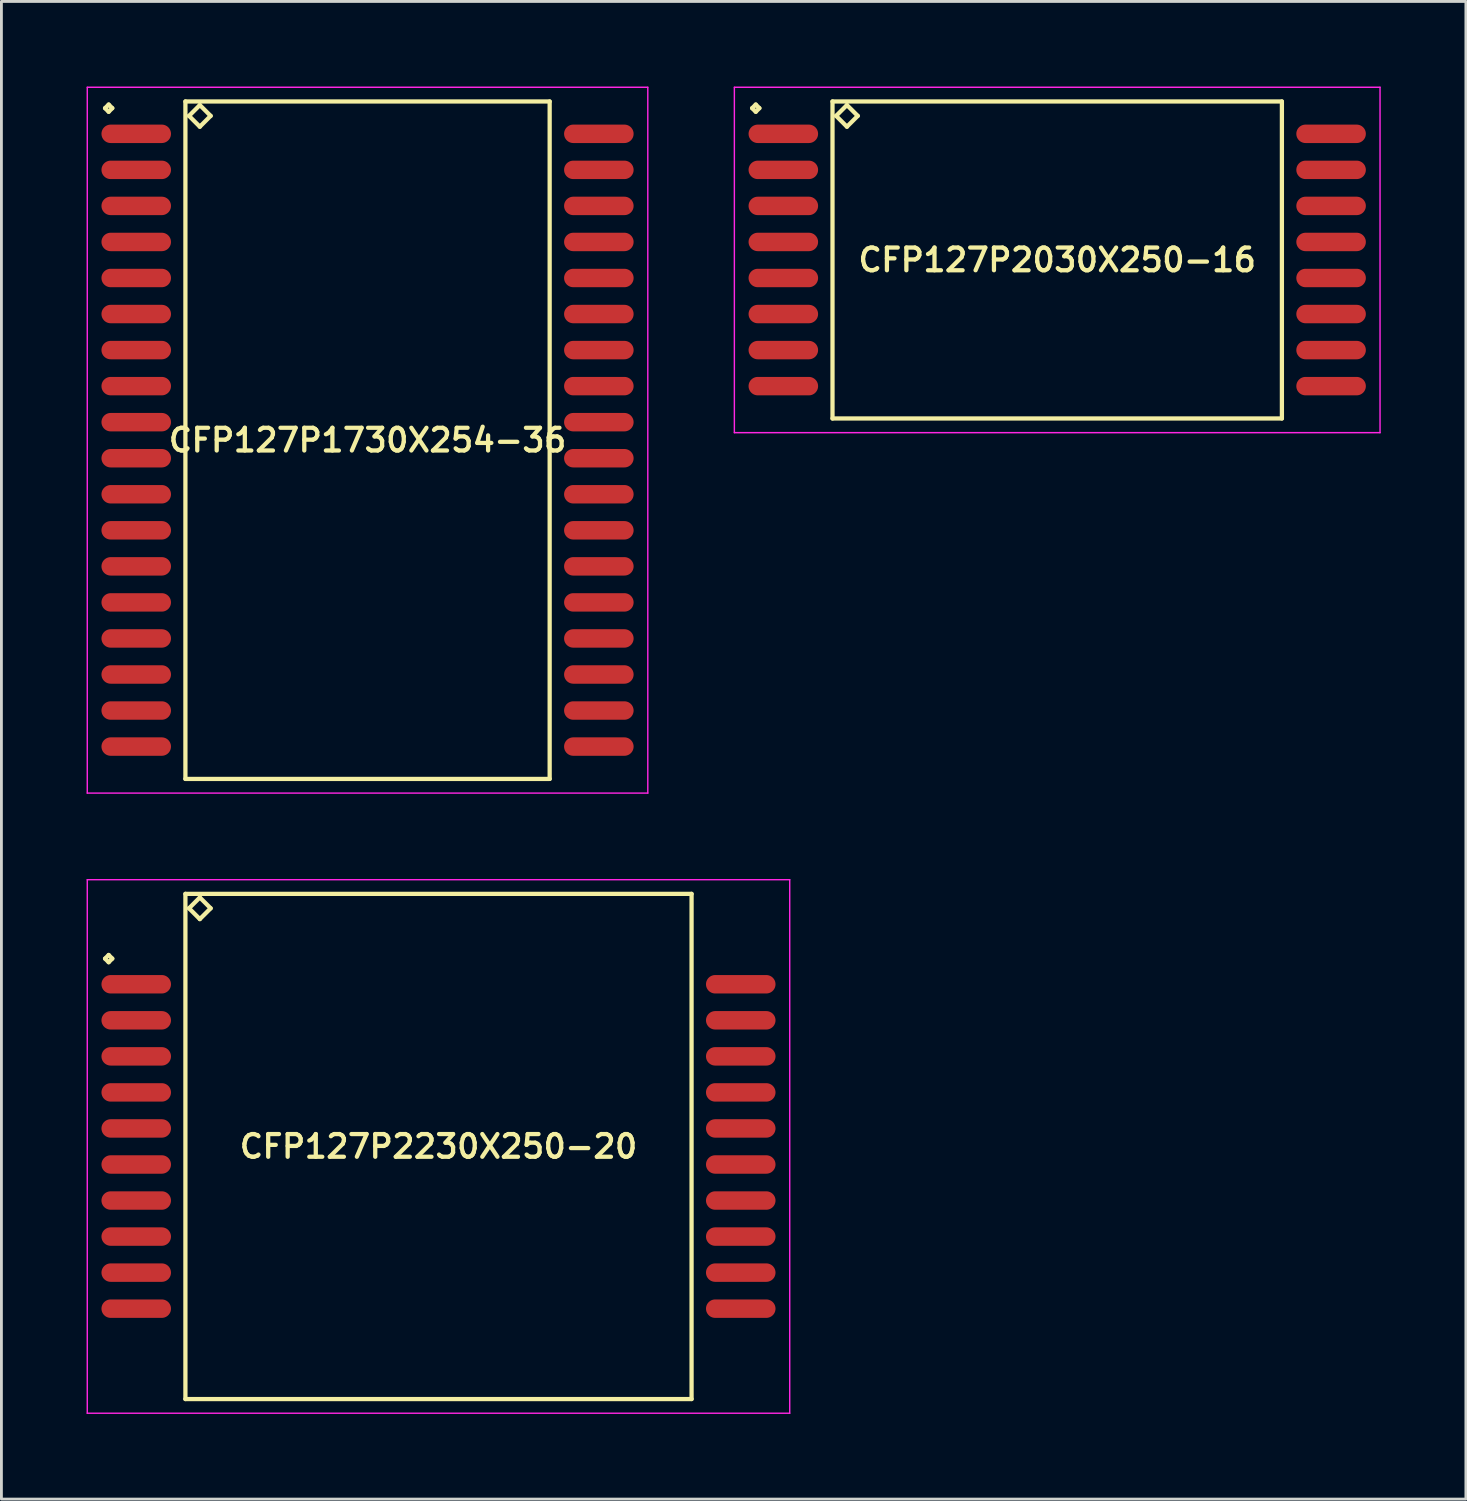
<source format=kicad_pcb>
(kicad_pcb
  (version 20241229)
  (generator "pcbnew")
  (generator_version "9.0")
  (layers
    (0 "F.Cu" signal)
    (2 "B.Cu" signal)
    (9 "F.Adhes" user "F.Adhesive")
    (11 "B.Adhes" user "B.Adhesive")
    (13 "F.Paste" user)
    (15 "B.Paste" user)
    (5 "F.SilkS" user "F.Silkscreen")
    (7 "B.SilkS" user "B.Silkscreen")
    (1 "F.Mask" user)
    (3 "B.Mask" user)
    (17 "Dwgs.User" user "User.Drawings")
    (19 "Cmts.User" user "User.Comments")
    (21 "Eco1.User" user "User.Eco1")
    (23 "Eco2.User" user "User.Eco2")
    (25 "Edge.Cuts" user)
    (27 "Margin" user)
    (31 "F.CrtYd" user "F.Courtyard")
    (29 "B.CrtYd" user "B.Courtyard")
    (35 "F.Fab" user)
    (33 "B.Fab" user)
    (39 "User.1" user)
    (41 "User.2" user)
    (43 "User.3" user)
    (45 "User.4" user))
  (footprint "CFP127P2230X250-20"
    (layer "F.Cu")
    (at 12.4 37.345)
    (property "Reference" "CFP127P2230X250-20" (at 0 0 0) (layer "F.SilkS") (effects (font (size 0.8 0.8) (thickness 0.15))))
    (attr smd)
    (fp_line (start -11.748 -6.619) (end -11.621 -6.746) (stroke (width 0.15) (type solid)) (layer "F.SilkS"))
    (fp_line (start -11.621 -6.746) (end -11.494 -6.619) (stroke (width 0.15) (type solid)) (layer "F.SilkS"))
    (fp_line (start -11.621 -6.492) (end -11.748 -6.619) (stroke (width 0.15) (type solid)) (layer "F.SilkS"))
    (fp_line (start -11.494 -6.619) (end -11.621 -6.492) (stroke (width 0.15) (type solid)) (layer "F.SilkS"))
    (fp_line (start -8.917 -8.9) (end -8.917 8.9) (stroke (width 0.15) (type solid)) (layer "F.SilkS"))
    (fp_line (start -8.917 8.9) (end 8.917 8.9) (stroke (width 0.15) (type solid)) (layer "F.SilkS"))
    (fp_line (start -8.79 -8.392) (end -8.409 -8.773) (stroke (width 0.15) (type solid)) (layer "F.SilkS"))
    (fp_line (start -8.409 -8.773) (end -8.028 -8.392) (stroke (width 0.15) (type solid)) (layer "F.SilkS"))
    (fp_line (start -8.409 -8.011) (end -8.79 -8.392) (stroke (width 0.15) (type solid)) (layer "F.SilkS"))
    (fp_line (start -8.028 -8.392) (end -8.409 -8.011) (stroke (width 0.15) (type solid)) (layer "F.SilkS"))
    (fp_line (start 8.917 -8.9) (end -8.917 -8.9) (stroke (width 0.15) (type solid)) (layer "F.SilkS"))
    (fp_line (start 8.917 8.9) (end 8.917 -8.9) (stroke (width 0.15) (type solid)) (layer "F.SilkS"))
    (fp_line (start -12.375 -9.4) (end 12.375 -9.4) (stroke (width 0.05) (type solid)) (layer "F.CrtYd"))
    (fp_line (start -12.375 9.4) (end -12.375 -9.4) (stroke (width 0.05) (type solid)) (layer "F.CrtYd"))
    (fp_line (start 12.375 -9.4) (end 12.375 9.4) (stroke (width 0.05) (type solid)) (layer "F.CrtYd"))
    (fp_line (start 12.375 9.4) (end -12.375 9.4) (stroke (width 0.05) (type solid)) (layer "F.CrtYd"))
    (pad "1" smd oval (at -10.65 -5.715) (size 2.45 0.65) (layers "F.Cu" "F.Mask" "F.Paste"))
    (pad "2" smd oval (at -10.65 -4.445) (size 2.45 0.65) (layers "F.Cu" "F.Mask" "F.Paste"))
    (pad "3" smd oval (at -10.65 -3.175) (size 2.45 0.65) (layers "F.Cu" "F.Mask" "F.Paste"))
    (pad "4" smd oval (at -10.65 -1.905) (size 2.45 0.65) (layers "F.Cu" "F.Mask" "F.Paste"))
    (pad "5" smd oval (at -10.65 -0.635) (size 2.45 0.65) (layers "F.Cu" "F.Mask" "F.Paste"))
    (pad "6" smd oval (at -10.65 0.635) (size 2.45 0.65) (layers "F.Cu" "F.Mask" "F.Paste"))
    (pad "7" smd oval (at -10.65 1.905) (size 2.45 0.65) (layers "F.Cu" "F.Mask" "F.Paste"))
    (pad "8" smd oval (at -10.65 3.175) (size 2.45 0.65) (layers "F.Cu" "F.Mask" "F.Paste"))
    (pad "9" smd oval (at -10.65 4.445) (size 2.45 0.65) (layers "F.Cu" "F.Mask" "F.Paste"))
    (pad "10" smd oval (at -10.65 5.715) (size 2.45 0.65) (layers "F.Cu" "F.Mask" "F.Paste"))
    (pad "11" smd oval (at 10.65 5.715) (size 2.45 0.65) (layers "F.Cu" "F.Mask" "F.Paste"))
    (pad "12" smd oval (at 10.65 4.445) (size 2.45 0.65) (layers "F.Cu" "F.Mask" "F.Paste"))
    (pad "13" smd oval (at 10.65 3.175) (size 2.45 0.65) (layers "F.Cu" "F.Mask" "F.Paste"))
    (pad "14" smd oval (at 10.65 1.905) (size 2.45 0.65) (layers "F.Cu" "F.Mask" "F.Paste"))
    (pad "15" smd oval (at 10.65 0.635) (size 2.45 0.65) (layers "F.Cu" "F.Mask" "F.Paste"))
    (pad "16" smd oval (at 10.65 -0.635) (size 2.45 0.65) (layers "F.Cu" "F.Mask" "F.Paste"))
    (pad "17" smd oval (at 10.65 -1.905) (size 2.45 0.65) (layers "F.Cu" "F.Mask" "F.Paste"))
    (pad "18" smd oval (at 10.65 -3.175) (size 2.45 0.65) (layers "F.Cu" "F.Mask" "F.Paste"))
    (pad "19" smd oval (at 10.65 -4.445) (size 2.45 0.65) (layers "F.Cu" "F.Mask" "F.Paste"))
    (pad "20" smd oval (at 10.65 -5.715) (size 2.45 0.65) (layers "F.Cu" "F.Mask" "F.Paste")))
  (footprint "CFP127P1730X254-36"
    (layer "F.Cu")
    (at 9.9 12.46)
    (property "Reference" "CFP127P1730X254-36" (at 0 0 0) (layer "F.SilkS") (effects (font (size 0.8 0.8) (thickness 0.15))))
    (attr smd)
    (fp_line (start -9.248 -11.699) (end -9.121 -11.826) (stroke (width 0.15) (type solid)) (layer "F.SilkS"))
    (fp_line (start -9.121 -11.826) (end -8.994 -11.699) (stroke (width 0.15) (type solid)) (layer "F.SilkS"))
    (fp_line (start -9.121 -11.572) (end -9.248 -11.699) (stroke (width 0.15) (type solid)) (layer "F.SilkS"))
    (fp_line (start -8.994 -11.699) (end -9.121 -11.572) (stroke (width 0.15) (type solid)) (layer "F.SilkS"))
    (fp_line (start -6.417 -11.935) (end -6.417 11.935) (stroke (width 0.15) (type solid)) (layer "F.SilkS"))
    (fp_line (start -6.417 11.935) (end 6.417 11.935) (stroke (width 0.15) (type solid)) (layer "F.SilkS"))
    (fp_line (start -6.29 -11.427) (end -5.909 -11.808) (stroke (width 0.15) (type solid)) (layer "F.SilkS"))
    (fp_line (start -5.909 -11.808) (end -5.528 -11.427) (stroke (width 0.15) (type solid)) (layer "F.SilkS"))
    (fp_line (start -5.909 -11.046) (end -6.29 -11.427) (stroke (width 0.15) (type solid)) (layer "F.SilkS"))
    (fp_line (start -5.528 -11.427) (end -5.909 -11.046) (stroke (width 0.15) (type solid)) (layer "F.SilkS"))
    (fp_line (start 6.417 -11.935) (end -6.417 -11.935) (stroke (width 0.15) (type solid)) (layer "F.SilkS"))
    (fp_line (start 6.417 11.935) (end 6.417 -11.935) (stroke (width 0.15) (type solid)) (layer "F.SilkS"))
    (fp_line (start -9.875 -12.435) (end 9.875 -12.435) (stroke (width 0.05) (type solid)) (layer "F.CrtYd"))
    (fp_line (start -9.875 12.435) (end -9.875 -12.435) (stroke (width 0.05) (type solid)) (layer "F.CrtYd"))
    (fp_line (start 9.875 -12.435) (end 9.875 12.435) (stroke (width 0.05) (type solid)) (layer "F.CrtYd"))
    (fp_line (start 9.875 12.435) (end -9.875 12.435) (stroke (width 0.05) (type solid)) (layer "F.CrtYd"))
    (pad "1" smd oval (at -8.15 -10.795) (size 2.45 0.65) (layers "F.Cu" "F.Mask" "F.Paste"))
    (pad "2" smd oval (at -8.15 -9.525) (size 2.45 0.65) (layers "F.Cu" "F.Mask" "F.Paste"))
    (pad "3" smd oval (at -8.15 -8.255) (size 2.45 0.65) (layers "F.Cu" "F.Mask" "F.Paste"))
    (pad "4" smd oval (at -8.15 -6.985) (size 2.45 0.65) (layers "F.Cu" "F.Mask" "F.Paste"))
    (pad "5" smd oval (at -8.15 -5.715) (size 2.45 0.65) (layers "F.Cu" "F.Mask" "F.Paste"))
    (pad "6" smd oval (at -8.15 -4.445) (size 2.45 0.65) (layers "F.Cu" "F.Mask" "F.Paste"))
    (pad "7" smd oval (at -8.15 -3.175) (size 2.45 0.65) (layers "F.Cu" "F.Mask" "F.Paste"))
    (pad "8" smd oval (at -8.15 -1.905) (size 2.45 0.65) (layers "F.Cu" "F.Mask" "F.Paste"))
    (pad "9" smd oval (at -8.15 -0.635) (size 2.45 0.65) (layers "F.Cu" "F.Mask" "F.Paste"))
    (pad "10" smd oval (at -8.15 0.635) (size 2.45 0.65) (layers "F.Cu" "F.Mask" "F.Paste"))
    (pad "11" smd oval (at -8.15 1.905) (size 2.45 0.65) (layers "F.Cu" "F.Mask" "F.Paste"))
    (pad "12" smd oval (at -8.15 3.175) (size 2.45 0.65) (layers "F.Cu" "F.Mask" "F.Paste"))
    (pad "13" smd oval (at -8.15 4.445) (size 2.45 0.65) (layers "F.Cu" "F.Mask" "F.Paste"))
    (pad "14" smd oval (at -8.15 5.715) (size 2.45 0.65) (layers "F.Cu" "F.Mask" "F.Paste"))
    (pad "15" smd oval (at -8.15 6.985) (size 2.45 0.65) (layers "F.Cu" "F.Mask" "F.Paste"))
    (pad "16" smd oval (at -8.15 8.255) (size 2.45 0.65) (layers "F.Cu" "F.Mask" "F.Paste"))
    (pad "17" smd oval (at -8.15 9.525) (size 2.45 0.65) (layers "F.Cu" "F.Mask" "F.Paste"))
    (pad "18" smd oval (at -8.15 10.795) (size 2.45 0.65) (layers "F.Cu" "F.Mask" "F.Paste"))
    (pad "19" smd oval (at 8.15 10.795) (size 2.45 0.65) (layers "F.Cu" "F.Mask" "F.Paste"))
    (pad "20" smd oval (at 8.15 9.525) (size 2.45 0.65) (layers "F.Cu" "F.Mask" "F.Paste"))
    (pad "21" smd oval (at 8.15 8.255) (size 2.45 0.65) (layers "F.Cu" "F.Mask" "F.Paste"))
    (pad "22" smd oval (at 8.15 6.985) (size 2.45 0.65) (layers "F.Cu" "F.Mask" "F.Paste"))
    (pad "23" smd oval (at 8.15 5.715) (size 2.45 0.65) (layers "F.Cu" "F.Mask" "F.Paste"))
    (pad "24" smd oval (at 8.15 4.445) (size 2.45 0.65) (layers "F.Cu" "F.Mask" "F.Paste"))
    (pad "25" smd oval (at 8.15 3.175) (size 2.45 0.65) (layers "F.Cu" "F.Mask" "F.Paste"))
    (pad "26" smd oval (at 8.15 1.905) (size 2.45 0.65) (layers "F.Cu" "F.Mask" "F.Paste"))
    (pad "27" smd oval (at 8.15 0.635) (size 2.45 0.65) (layers "F.Cu" "F.Mask" "F.Paste"))
    (pad "28" smd oval (at 8.15 -0.635) (size 2.45 0.65) (layers "F.Cu" "F.Mask" "F.Paste"))
    (pad "29" smd oval (at 8.15 -1.905) (size 2.45 0.65) (layers "F.Cu" "F.Mask" "F.Paste"))
    (pad "30" smd oval (at 8.15 -3.175) (size 2.45 0.65) (layers "F.Cu" "F.Mask" "F.Paste"))
    (pad "31" smd oval (at 8.15 -4.445) (size 2.45 0.65) (layers "F.Cu" "F.Mask" "F.Paste"))
    (pad "32" smd oval (at 8.15 -5.715) (size 2.45 0.65) (layers "F.Cu" "F.Mask" "F.Paste"))
    (pad "33" smd oval (at 8.15 -6.985) (size 2.45 0.65) (layers "F.Cu" "F.Mask" "F.Paste"))
    (pad "34" smd oval (at 8.15 -8.255) (size 2.45 0.65) (layers "F.Cu" "F.Mask" "F.Paste"))
    (pad "35" smd oval (at 8.15 -9.525) (size 2.45 0.65) (layers "F.Cu" "F.Mask" "F.Paste"))
    (pad "36" smd oval (at 8.15 -10.795) (size 2.45 0.65) (layers "F.Cu" "F.Mask" "F.Paste")))
  (footprint "CFP127P2030X250-16"
    (layer "F.Cu")
    (at 34.2 6.11)
    (property "Reference" "CFP127P2030X250-16" (at 0 0 0) (layer "F.SilkS") (effects (font (size 0.8 0.8) (thickness 0.15))))
    (attr smd)
    (fp_line (start -10.748 -5.349) (end -10.621 -5.476) (stroke (width 0.15) (type solid)) (layer "F.SilkS"))
    (fp_line (start -10.621 -5.476) (end -10.494 -5.349) (stroke (width 0.15) (type solid)) (layer "F.SilkS"))
    (fp_line (start -10.621 -5.222) (end -10.748 -5.349) (stroke (width 0.15) (type solid)) (layer "F.SilkS"))
    (fp_line (start -10.494 -5.349) (end -10.621 -5.222) (stroke (width 0.15) (type solid)) (layer "F.SilkS"))
    (fp_line (start -7.917 -5.585) (end -7.917 5.585) (stroke (width 0.15) (type solid)) (layer "F.SilkS"))
    (fp_line (start -7.917 5.585) (end 7.917 5.585) (stroke (width 0.15) (type solid)) (layer "F.SilkS"))
    (fp_line (start -7.79 -5.077) (end -7.409 -5.458) (stroke (width 0.15) (type solid)) (layer "F.SilkS"))
    (fp_line (start -7.409 -5.458) (end -7.028 -5.077) (stroke (width 0.15) (type solid)) (layer "F.SilkS"))
    (fp_line (start -7.409 -4.696) (end -7.79 -5.077) (stroke (width 0.15) (type solid)) (layer "F.SilkS"))
    (fp_line (start -7.028 -5.077) (end -7.409 -4.696) (stroke (width 0.15) (type solid)) (layer "F.SilkS"))
    (fp_line (start 7.917 -5.585) (end -7.917 -5.585) (stroke (width 0.15) (type solid)) (layer "F.SilkS"))
    (fp_line (start 7.917 5.585) (end 7.917 -5.585) (stroke (width 0.15) (type solid)) (layer "F.SilkS"))
    (fp_line (start -11.375 -6.085) (end 11.375 -6.085) (stroke (width 0.05) (type solid)) (layer "F.CrtYd"))
    (fp_line (start -11.375 6.085) (end -11.375 -6.085) (stroke (width 0.05) (type solid)) (layer "F.CrtYd"))
    (fp_line (start 11.375 -6.085) (end 11.375 6.085) (stroke (width 0.05) (type solid)) (layer "F.CrtYd"))
    (fp_line (start 11.375 6.085) (end -11.375 6.085) (stroke (width 0.05) (type solid)) (layer "F.CrtYd"))
    (pad "1" smd oval (at -9.65 -4.445) (size 2.45 0.65) (layers "F.Cu" "F.Mask" "F.Paste"))
    (pad "2" smd oval (at -9.65 -3.175) (size 2.45 0.65) (layers "F.Cu" "F.Mask" "F.Paste"))
    (pad "3" smd oval (at -9.65 -1.905) (size 2.45 0.65) (layers "F.Cu" "F.Mask" "F.Paste"))
    (pad "4" smd oval (at -9.65 -0.635) (size 2.45 0.65) (layers "F.Cu" "F.Mask" "F.Paste"))
    (pad "5" smd oval (at -9.65 0.635) (size 2.45 0.65) (layers "F.Cu" "F.Mask" "F.Paste"))
    (pad "6" smd oval (at -9.65 1.905) (size 2.45 0.65) (layers "F.Cu" "F.Mask" "F.Paste"))
    (pad "7" smd oval (at -9.65 3.175) (size 2.45 0.65) (layers "F.Cu" "F.Mask" "F.Paste"))
    (pad "8" smd oval (at -9.65 4.445) (size 2.45 0.65) (layers "F.Cu" "F.Mask" "F.Paste"))
    (pad "9" smd oval (at 9.65 4.445) (size 2.45 0.65) (layers "F.Cu" "F.Mask" "F.Paste"))
    (pad "10" smd oval (at 9.65 3.175) (size 2.45 0.65) (layers "F.Cu" "F.Mask" "F.Paste"))
    (pad "11" smd oval (at 9.65 1.905) (size 2.45 0.65) (layers "F.Cu" "F.Mask" "F.Paste"))
    (pad "12" smd oval (at 9.65 0.635) (size 2.45 0.65) (layers "F.Cu" "F.Mask" "F.Paste"))
    (pad "13" smd oval (at 9.65 -0.635) (size 2.45 0.65) (layers "F.Cu" "F.Mask" "F.Paste"))
    (pad "14" smd oval (at 9.65 -1.905) (size 2.45 0.65) (layers "F.Cu" "F.Mask" "F.Paste"))
    (pad "15" smd oval (at 9.65 -3.175) (size 2.45 0.65) (layers "F.Cu" "F.Mask" "F.Paste"))
    (pad "16" smd oval (at 9.65 -4.445) (size 2.45 0.65) (layers "F.Cu" "F.Mask" "F.Paste")))
  (gr_rect
    (start -3 -3)
    (end 48.6 49.77)
    (stroke (width 0.1) (type default))
    (fill no)
    (layer "Edge.Cuts")))
</source>
